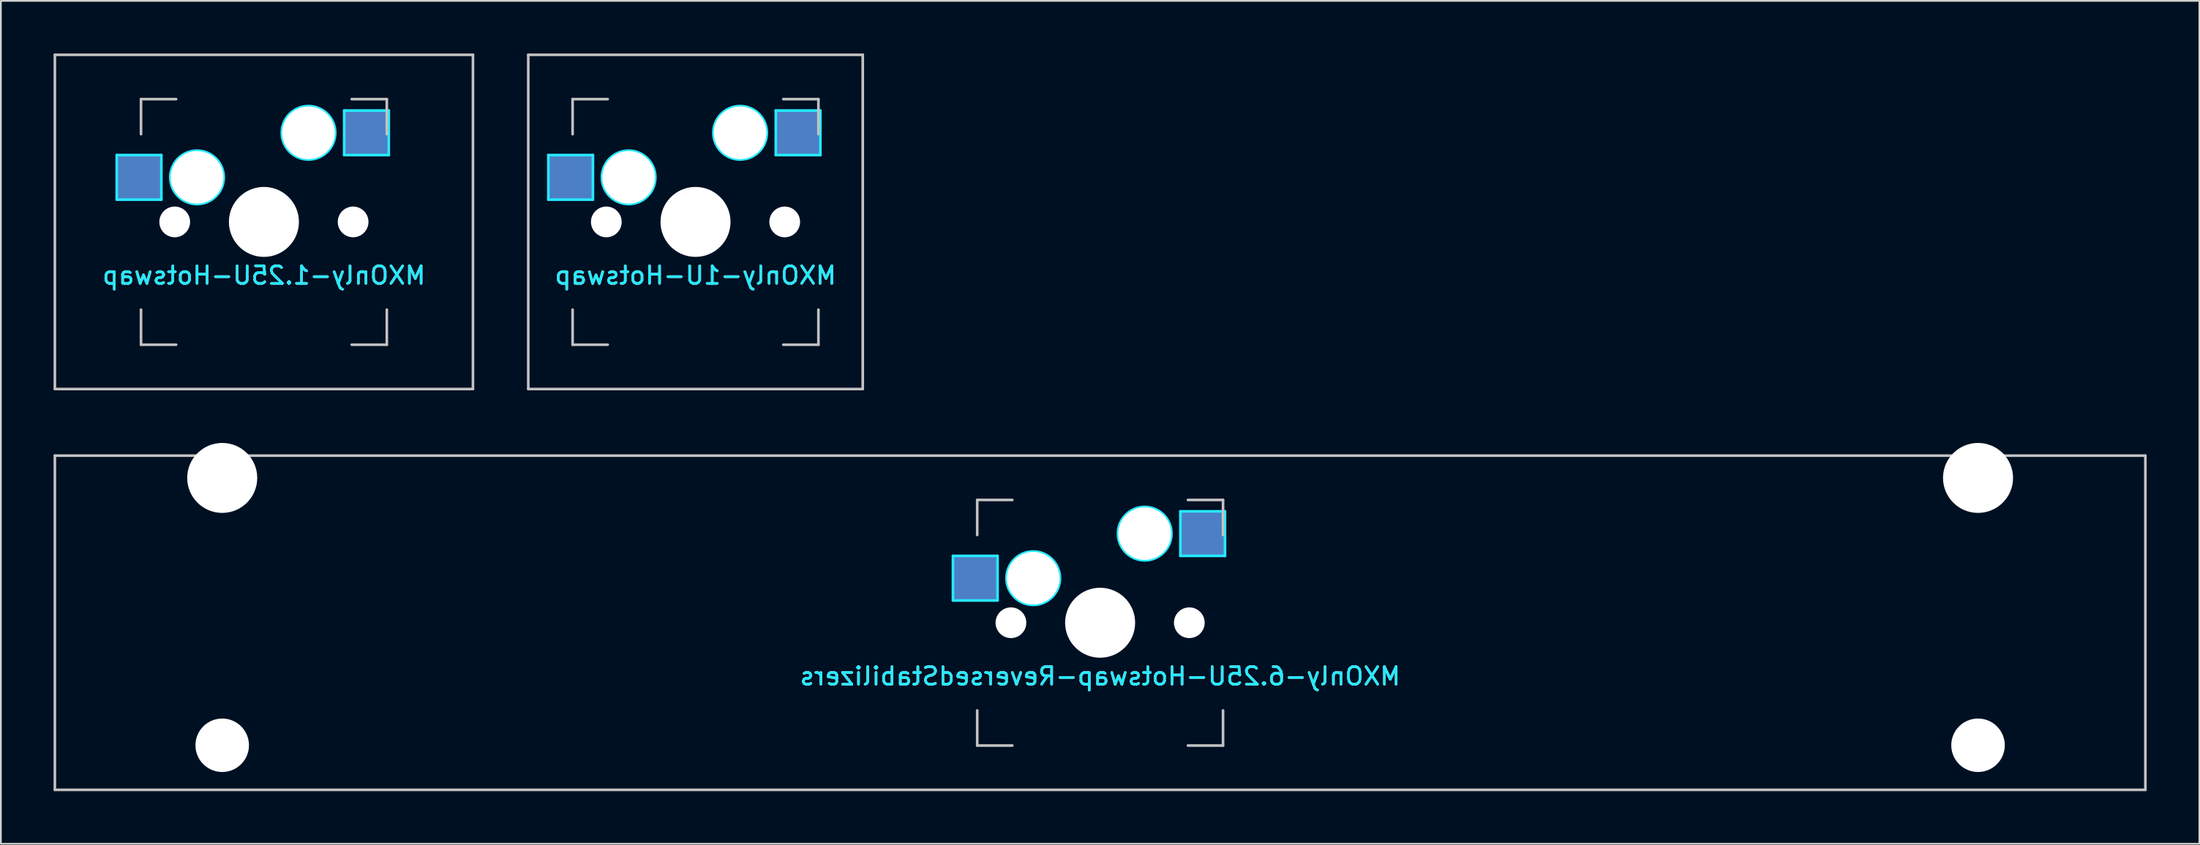
<source format=kicad_pcb>
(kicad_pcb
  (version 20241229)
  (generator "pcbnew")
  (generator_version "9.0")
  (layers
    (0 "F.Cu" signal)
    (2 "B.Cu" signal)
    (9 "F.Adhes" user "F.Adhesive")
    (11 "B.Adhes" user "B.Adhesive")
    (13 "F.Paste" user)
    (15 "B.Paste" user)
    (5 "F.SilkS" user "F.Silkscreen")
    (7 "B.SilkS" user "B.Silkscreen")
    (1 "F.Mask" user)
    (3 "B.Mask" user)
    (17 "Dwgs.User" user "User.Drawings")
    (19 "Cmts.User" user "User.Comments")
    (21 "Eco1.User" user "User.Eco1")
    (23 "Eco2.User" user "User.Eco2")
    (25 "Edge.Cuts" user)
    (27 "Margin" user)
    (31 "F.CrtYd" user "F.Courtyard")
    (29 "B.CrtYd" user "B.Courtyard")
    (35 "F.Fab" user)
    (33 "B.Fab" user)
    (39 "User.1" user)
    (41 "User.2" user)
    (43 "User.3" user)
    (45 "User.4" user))
  (footprint "MXOnly-1U-Hotswap"
    (layer "F.Cu")
    (at 36.562 9.6)
    (property "Reference" "MXOnly-1U-Hotswap" (at 0 3.048 0) (layer "B.CrtYd") (effects (font (size 1 1) (thickness 0.15)) (justify mirror)))
    (attr smd)
    (fp_line (start -9.525 -9.525) (end 9.525 -9.525) (stroke (width 0.15) (type solid)) (layer "Dwgs.User"))
    (fp_line (start -9.525 9.525) (end -9.525 -9.525) (stroke (width 0.15) (type solid)) (layer "Dwgs.User"))
    (fp_line (start -7 -7) (end -7 -5) (stroke (width 0.15) (type solid)) (layer "Dwgs.User"))
    (fp_line (start -7 5) (end -7 7) (stroke (width 0.15) (type solid)) (layer "Dwgs.User"))
    (fp_line (start -7 7) (end -5 7) (stroke (width 0.15) (type solid)) (layer "Dwgs.User"))
    (fp_line (start -5 -7) (end -7 -7) (stroke (width 0.15) (type solid)) (layer "Dwgs.User"))
    (fp_line (start 5 -7) (end 7 -7) (stroke (width 0.15) (type solid)) (layer "Dwgs.User"))
    (fp_line (start 5 7) (end 7 7) (stroke (width 0.15) (type solid)) (layer "Dwgs.User"))
    (fp_line (start 7 -7) (end 7 -5) (stroke (width 0.15) (type solid)) (layer "Dwgs.User"))
    (fp_line (start 7 7) (end 7 5) (stroke (width 0.15) (type solid)) (layer "Dwgs.User"))
    (fp_line (start 9.525 -9.525) (end 9.525 9.525) (stroke (width 0.15) (type solid)) (layer "Dwgs.User"))
    (fp_line (start 9.525 9.525) (end -9.525 9.525) (stroke (width 0.15) (type solid)) (layer "Dwgs.User"))
    (fp_line (start -8.382 -3.81) (end -8.382 -1.27) (stroke (width 0.15) (type solid)) (layer "B.CrtYd"))
    (fp_line (start -8.382 -1.27) (end -5.842 -1.27) (stroke (width 0.15) (type solid)) (layer "B.CrtYd"))
    (fp_line (start -5.842 -3.81) (end -8.382 -3.81) (stroke (width 0.15) (type solid)) (layer "B.CrtYd"))
    (fp_line (start -5.842 -1.27) (end -5.842 -3.81) (stroke (width 0.15) (type solid)) (layer "B.CrtYd"))
    (fp_line (start 4.572 -6.35) (end 7.112 -6.35) (stroke (width 0.15) (type solid)) (layer "B.CrtYd"))
    (fp_line (start 4.572 -3.81) (end 4.572 -6.35) (stroke (width 0.15) (type solid)) (layer "B.CrtYd"))
    (fp_line (start 7.112 -6.35) (end 7.112 -3.81) (stroke (width 0.15) (type solid)) (layer "B.CrtYd"))
    (fp_line (start 7.112 -3.81) (end 4.572 -3.81) (stroke (width 0.15) (type solid)) (layer "B.CrtYd"))
    (fp_circle (center -3.81 -2.54) (end -3.81 -4.064) (stroke (width 0.15) (type solid)) (fill no) (layer "B.CrtYd"))
    (fp_circle (center 2.54 -5.08) (end 2.54 -6.604) (stroke (width 0.15) (type solid)) (fill no) (layer "B.CrtYd"))
    (fp_text user "${REFERENCE}" (at 0 3.048 0) (layer "B.SilkS") (effects (font (size 1 1) (thickness 0.15)) (justify mirror)))
    (pad "" np_thru_hole circle (at -5.08 0 48.1) (size 1.75 1.75) (drill 1.75) (layers "*.Cu" "*.Mask"))
    (pad "" np_thru_hole circle (at -3.81 -2.54) (size 3 3) (drill 3) (layers "*.Cu" "*.Mask"))
    (pad "" np_thru_hole circle (at 0 0) (size 3.988 3.988) (drill 3.988) (layers "*.Cu" "*.Mask"))
    (pad "" np_thru_hole circle (at 2.54 -5.08) (size 3 3) (drill 3) (layers "*.Cu" "*.Mask"))
    (pad "" np_thru_hole circle (at 5.08 0 48.1) (size 1.75 1.75) (drill 1.75) (layers "*.Cu" "*.Mask"))
    (pad "1" smd rect (at -7.085 -2.54) (size 2.55 2.5) (layers "B.Cu" "B.Mask" "B.Paste"))
    (pad "2" smd rect (at 5.842 -5.08) (size 2.55 2.5) (layers "B.Cu" "B.Mask" "B.Paste")))
  (footprint "MXOnly-6.25U-Hotswap-ReversedStabilizers"
    (layer "F.Cu")
    (at 59.606 32.449)
    (property "Reference" "MXOnly-6.25U-Hotswap-ReversedStabilizers" (at 0 3.048 0) (layer "B.CrtYd") (effects (font (size 1 1) (thickness 0.15)) (justify mirror)))
    (attr smd)
    (fp_line (start -59.531 -9.525) (end 59.531 -9.525) (stroke (width 0.15) (type solid)) (layer "Dwgs.User"))
    (fp_line (start -59.531 9.525) (end -59.531 -9.525) (stroke (width 0.15) (type solid)) (layer "Dwgs.User"))
    (fp_line (start -7 -7) (end -7 -5) (stroke (width 0.15) (type solid)) (layer "Dwgs.User"))
    (fp_line (start -7 5) (end -7 7) (stroke (width 0.15) (type solid)) (layer "Dwgs.User"))
    (fp_line (start -7 7) (end -5 7) (stroke (width 0.15) (type solid)) (layer "Dwgs.User"))
    (fp_line (start -5 -7) (end -7 -7) (stroke (width 0.15) (type solid)) (layer "Dwgs.User"))
    (fp_line (start 5 -7) (end 7 -7) (stroke (width 0.15) (type solid)) (layer "Dwgs.User"))
    (fp_line (start 5 7) (end 7 7) (stroke (width 0.15) (type solid)) (layer "Dwgs.User"))
    (fp_line (start 7 -7) (end 7 -5) (stroke (width 0.15) (type solid)) (layer "Dwgs.User"))
    (fp_line (start 7 7) (end 7 5) (stroke (width 0.15) (type solid)) (layer "Dwgs.User"))
    (fp_line (start 59.531 -9.525) (end 59.531 9.525) (stroke (width 0.15) (type solid)) (layer "Dwgs.User"))
    (fp_line (start 59.531 9.525) (end -59.531 9.525) (stroke (width 0.15) (type solid)) (layer "Dwgs.User"))
    (fp_line (start -8.382 -3.81) (end -5.842 -3.81) (stroke (width 0.15) (type solid)) (layer "B.CrtYd"))
    (fp_line (start -8.382 -1.27) (end -8.382 -3.81) (stroke (width 0.15) (type solid)) (layer "B.CrtYd"))
    (fp_line (start -5.842 -3.81) (end -5.842 -1.27) (stroke (width 0.15) (type solid)) (layer "B.CrtYd"))
    (fp_line (start -5.842 -1.27) (end -8.382 -1.27) (stroke (width 0.15) (type solid)) (layer "B.CrtYd"))
    (fp_line (start 4.572 -6.35) (end 7.112 -6.35) (stroke (width 0.15) (type solid)) (layer "B.CrtYd"))
    (fp_line (start 4.572 -3.81) (end 4.572 -6.35) (stroke (width 0.15) (type solid)) (layer "B.CrtYd"))
    (fp_line (start 7.112 -6.35) (end 7.112 -3.81) (stroke (width 0.15) (type solid)) (layer "B.CrtYd"))
    (fp_line (start 7.112 -3.81) (end 4.572 -3.81) (stroke (width 0.15) (type solid)) (layer "B.CrtYd"))
    (fp_circle (center -3.81 -2.54) (end -3.81 -4.064) (stroke (width 0.15) (type solid)) (fill no) (layer "B.CrtYd"))
    (fp_circle (center 2.54 -5.08) (end 2.54 -6.604) (stroke (width 0.15) (type solid)) (fill no) (layer "B.CrtYd"))
    (fp_text user "${REFERENCE}" (at 0 3.048 0) (layer "B.SilkS") (effects (font (size 1 1) (thickness 0.15)) (justify mirror)))
    (pad "" np_thru_hole circle (at -50 -8.255) (size 3.988 3.988) (drill 3.988) (layers "*.Cu" "*.Mask"))
    (pad "" np_thru_hole circle (at -50 6.985) (size 3.048 3.048) (drill 3.048) (layers "*.Cu" "*.Mask"))
    (pad "" np_thru_hole circle (at -5.08 0 48.1) (size 1.75 1.75) (drill 1.75) (layers "*.Cu" "*.Mask"))
    (pad "" np_thru_hole circle (at -3.81 -2.54) (size 3 3) (drill 3) (layers "*.Cu" "*.Mask"))
    (pad "" np_thru_hole circle (at 0 0) (size 3.988 3.988) (drill 3.988) (layers "*.Cu" "*.Mask"))
    (pad "" np_thru_hole circle (at 2.54 -5.08) (size 3 3) (drill 3) (layers "*.Cu" "*.Mask"))
    (pad "" np_thru_hole circle (at 5.08 0 48.1) (size 1.75 1.75) (drill 1.75) (layers "*.Cu" "*.Mask"))
    (pad "" np_thru_hole circle (at 50 -8.255) (size 3.988 3.988) (drill 3.988) (layers "*.Cu" "*.Mask"))
    (pad "" np_thru_hole circle (at 50 6.985) (size 3.048 3.048) (drill 3.048) (layers "*.Cu" "*.Mask"))
    (pad "1" smd rect (at -7.085 -2.54) (size 2.55 2.5) (layers "B.Cu" "B.Mask" "B.Paste"))
    (pad "2" smd rect (at 5.842 -5.08) (size 2.55 2.5) (layers "B.Cu" "B.Mask" "B.Paste")))
  (footprint "MXOnly-1.25U-Hotswap"
    (layer "F.Cu")
    (at 11.981 9.6)
    (property "Reference" "MXOnly-1.25U-Hotswap" (at 0 3.048 0) (layer "B.CrtYd") (effects (font (size 1 1) (thickness 0.15)) (justify mirror)))
    (attr smd)
    (fp_line (start -11.906 -9.525) (end 11.906 -9.525) (stroke (width 0.15) (type solid)) (layer "Dwgs.User"))
    (fp_line (start -11.906 9.525) (end -11.906 -9.525) (stroke (width 0.15) (type solid)) (layer "Dwgs.User"))
    (fp_line (start -7 -7) (end -7 -5) (stroke (width 0.15) (type solid)) (layer "Dwgs.User"))
    (fp_line (start -7 5) (end -7 7) (stroke (width 0.15) (type solid)) (layer "Dwgs.User"))
    (fp_line (start -7 7) (end -5 7) (stroke (width 0.15) (type solid)) (layer "Dwgs.User"))
    (fp_line (start -5 -7) (end -7 -7) (stroke (width 0.15) (type solid)) (layer "Dwgs.User"))
    (fp_line (start 5 -7) (end 7 -7) (stroke (width 0.15) (type solid)) (layer "Dwgs.User"))
    (fp_line (start 5 7) (end 7 7) (stroke (width 0.15) (type solid)) (layer "Dwgs.User"))
    (fp_line (start 7 -7) (end 7 -5) (stroke (width 0.15) (type solid)) (layer "Dwgs.User"))
    (fp_line (start 7 7) (end 7 5) (stroke (width 0.15) (type solid)) (layer "Dwgs.User"))
    (fp_line (start 11.906 -9.525) (end 11.906 9.525) (stroke (width 0.15) (type solid)) (layer "Dwgs.User"))
    (fp_line (start 11.906 9.525) (end -11.906 9.525) (stroke (width 0.15) (type solid)) (layer "Dwgs.User"))
    (fp_line (start -8.382 -3.81) (end -5.842 -3.81) (stroke (width 0.15) (type solid)) (layer "B.CrtYd"))
    (fp_line (start -8.382 -1.27) (end -8.382 -3.81) (stroke (width 0.15) (type solid)) (layer "B.CrtYd"))
    (fp_line (start -5.842 -3.81) (end -5.842 -1.27) (stroke (width 0.15) (type solid)) (layer "B.CrtYd"))
    (fp_line (start -5.842 -1.27) (end -8.382 -1.27) (stroke (width 0.15) (type solid)) (layer "B.CrtYd"))
    (fp_line (start 4.572 -6.35) (end 7.112 -6.35) (stroke (width 0.15) (type solid)) (layer "B.CrtYd"))
    (fp_line (start 4.572 -3.81) (end 4.572 -6.35) (stroke (width 0.15) (type solid)) (layer "B.CrtYd"))
    (fp_line (start 7.112 -6.35) (end 7.112 -3.81) (stroke (width 0.15) (type solid)) (layer "B.CrtYd"))
    (fp_line (start 7.112 -3.81) (end 4.572 -3.81) (stroke (width 0.15) (type solid)) (layer "B.CrtYd"))
    (fp_circle (center -3.81 -2.54) (end -3.81 -4.064) (stroke (width 0.15) (type solid)) (fill no) (layer "B.CrtYd"))
    (fp_circle (center 2.54 -5.08) (end 2.54 -6.604) (stroke (width 0.15) (type solid)) (fill no) (layer "B.CrtYd"))
    (fp_text user "${REFERENCE}" (at 0 3.048 0) (layer "B.SilkS") (effects (font (size 1 1) (thickness 0.15)) (justify mirror)))
    (pad "" np_thru_hole circle (at -5.08 0 48.1) (size 1.75 1.75) (drill 1.75) (layers "*.Cu" "*.Mask"))
    (pad "" np_thru_hole circle (at -3.81 -2.54) (size 3 3) (drill 3) (layers "*.Cu" "*.Mask"))
    (pad "" np_thru_hole circle (at 0 0) (size 3.988 3.988) (drill 3.988) (layers "*.Cu" "*.Mask"))
    (pad "" np_thru_hole circle (at 2.54 -5.08) (size 3 3) (drill 3) (layers "*.Cu" "*.Mask"))
    (pad "" np_thru_hole circle (at 5.08 0 48.1) (size 1.75 1.75) (drill 1.75) (layers "*.Cu" "*.Mask"))
    (pad "1" smd rect (at -7.085 -2.54) (size 2.55 2.5) (layers "B.Cu" "B.Mask" "B.Paste"))
    (pad "2" smd rect (at 5.842 -5.08) (size 2.55 2.5) (layers "B.Cu" "B.Mask" "B.Paste")))
  (gr_rect
    (start -3 -3)
    (end 122.213 45.049)
    (stroke (width 0.1) (type default))
    (fill no)
    (layer "Edge.Cuts")))
</source>
